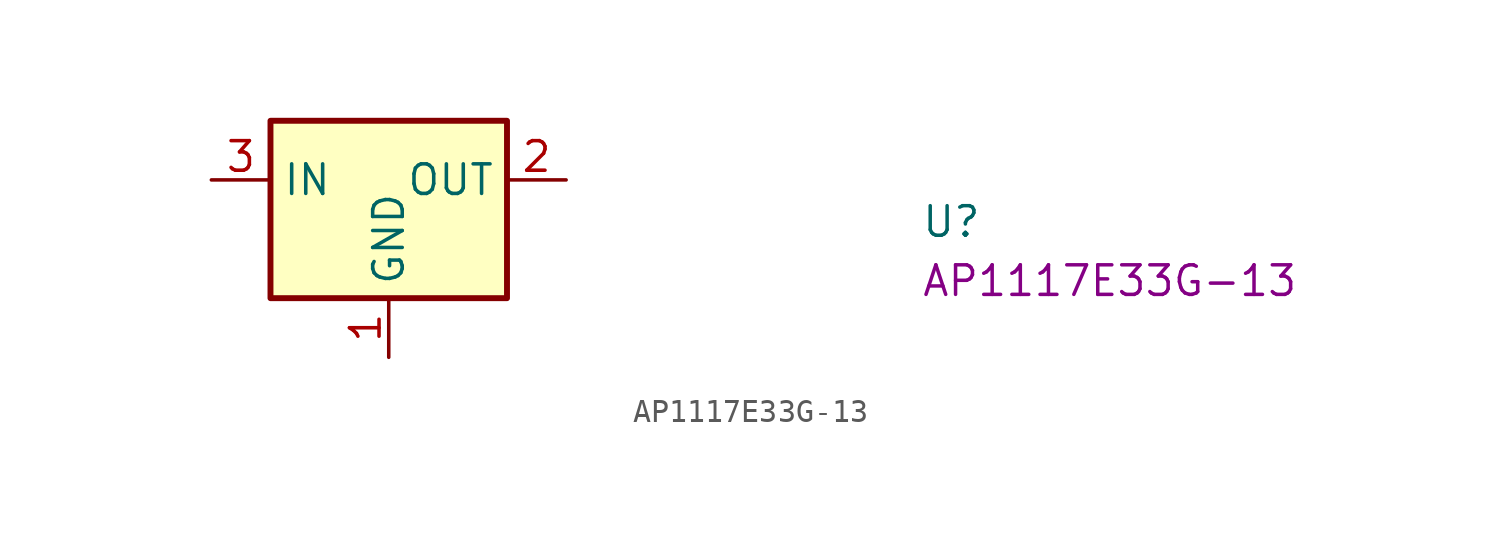
<source format=kicad_sym>
(kicad_symbol_lib
  (version 20220914)
  (generator kicad_symbol_editor)
  (symbol "AP1117E33G-13"
    (property "Reference" "U"
      (at 30.48 -2.54 0)
      (effects (font (size 1.27 1.27) (thickness 0.15)) (justify left bottom)))
    (property "MPN" "AP1117E33G-13"
      (at 30.48 -5.08 0)
      (effects (font (size 1.27 1.27) (thickness 0.15)) (justify left bottom)))
    (symbol "AP1117E33G-13_1_1"
      (rectangle (start 2.54 2.54) (end 12.7 -5.08) (stroke (width 0.254) (type default)) (fill (type background)))
      (pin power_in line (at 7.62 -7.62 90) (length 2.54) (name "GND" (effects (font (size 1.27 1.27)))) (number "1" (effects (font (size 1.27 1.27)))) (alternate "ADJ" passive line))
      (pin power_out line (at 15.24 0 180) (length 2.54) (name "OUT" (effects (font (size 1.27 1.27)))) (number "2" (effects (font (size 1.27 1.27)))))
      (pin power_in line (at 0 0 0) (length 2.54) (name "IN" (effects (font (size 1.27 1.27)))) (number "3" (effects (font (size 1.27 1.27)))))
      (pin passive line (at 15.24 0 180) (length 2.54) hide (name "OUT" (effects (font (size 1.27 1.27)))) (number "4" (effects (font (size 1.27 1.27))))))))
</source>
